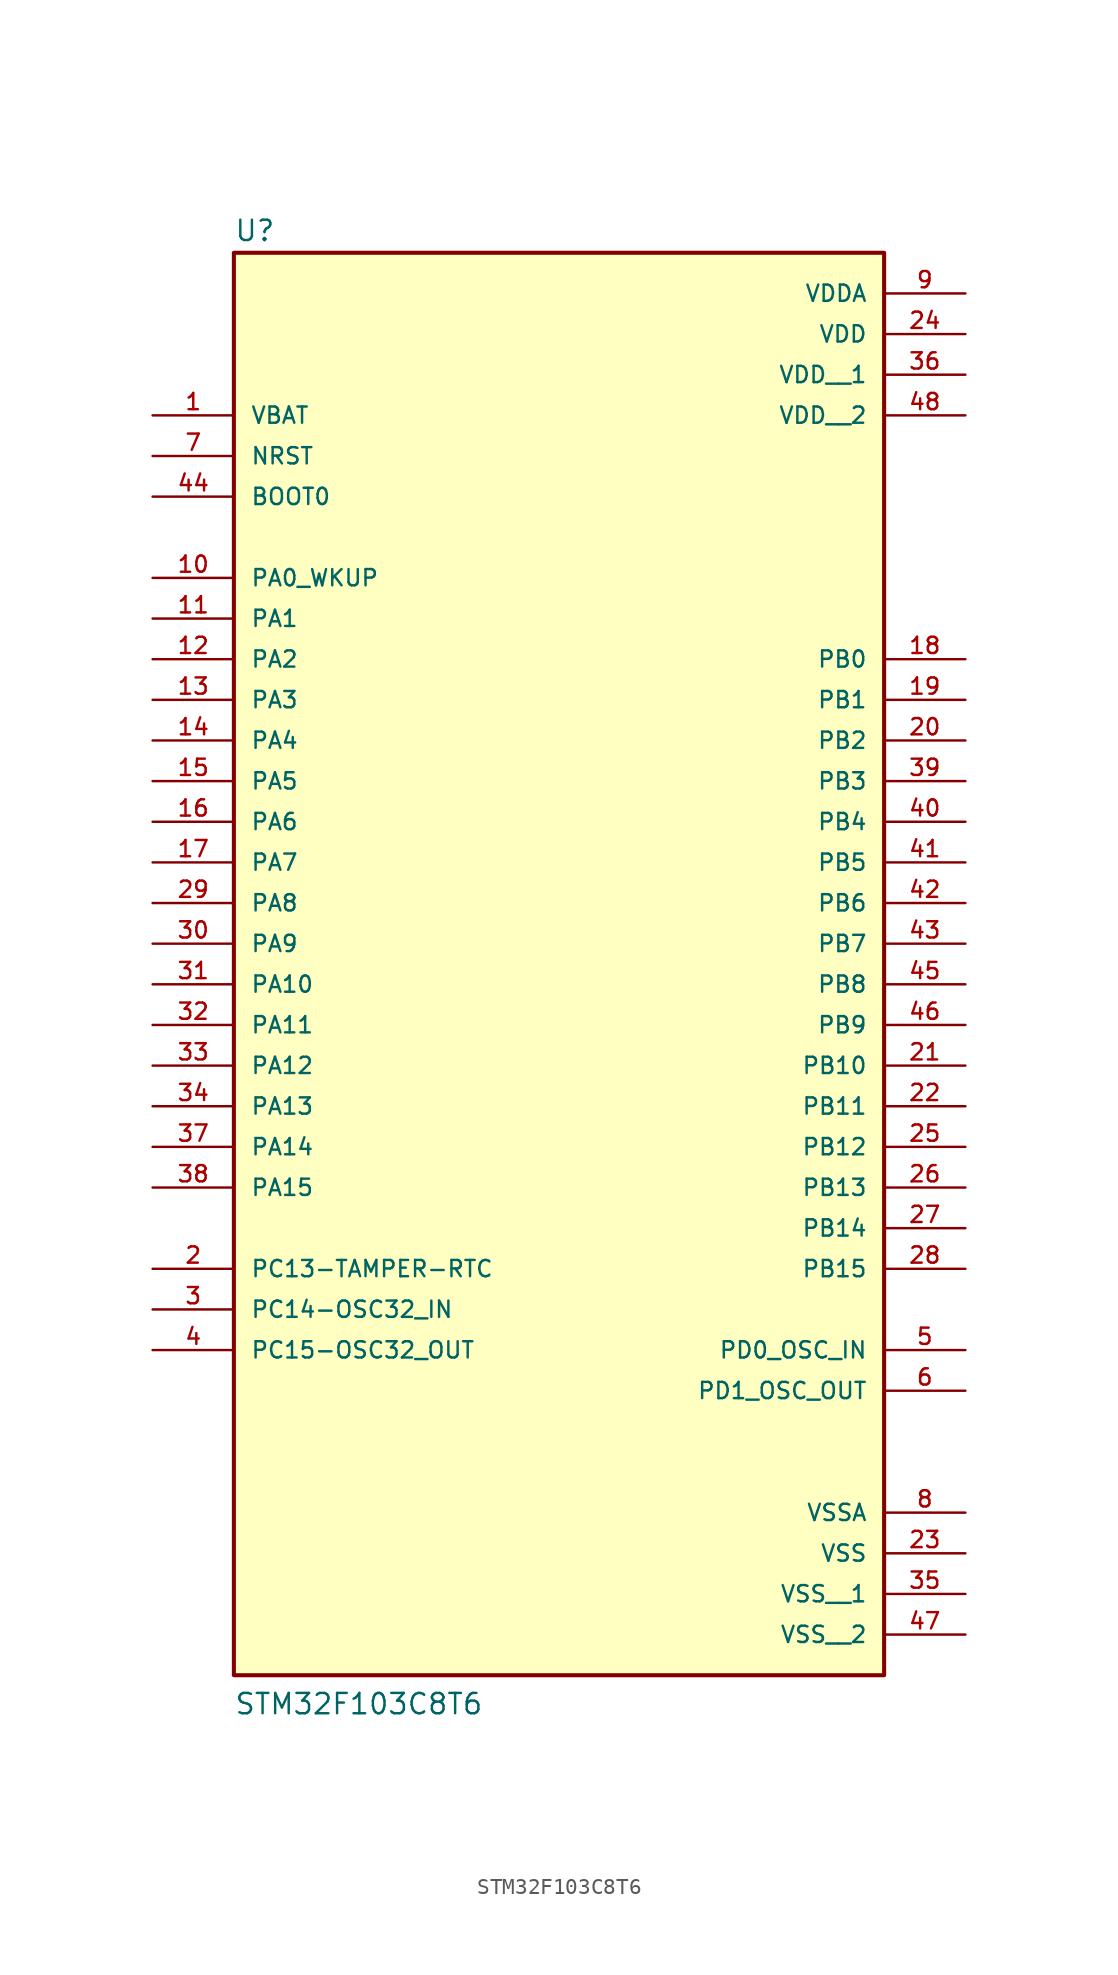
<source format=kicad_sym>
(kicad_symbol_lib
  (version 20211014)
  (generator kicad_symbol_editor)
  (symbol "STM32F103C8T6"
    (pin_names
      (offset 1.016))
    (property "Reference" "U"
      (at -20.32 41.275 0)
      (effects (font (size 1.27 1.27)) (justify bottom left)))
    (property "Value" "STM32F103C8T6"
      (at -20.32 -50.8 0)
      (effects (font (size 1.27 1.27)) (justify bottom left)))
    (symbol "STM32F103C8T6_0_0"
      (rectangle (start -20.32 -48.26) (end 20.32 40.64) (stroke (width 0.254)) (fill (type background)))
      (pin bidirectional line (at -25.4 30.48 0) (length 5.08) (name "VBAT" (effects (font (size 1.016 1.016)))) (number "1" (effects (font (size 1.016 1.016)))))
      (pin bidirectional line (at -25.4 -22.86 0) (length 5.08) (name "PC13-TAMPER-RTC" (effects (font (size 1.016 1.016)))) (number "2" (effects (font (size 1.016 1.016)))))
      (pin bidirectional line (at -25.4 -25.4 0) (length 5.08) (name "PC14-OSC32_IN" (effects (font (size 1.016 1.016)))) (number "3" (effects (font (size 1.016 1.016)))))
      (pin bidirectional line (at -25.4 -27.94 0) (length 5.08) (name "PC15-OSC32_OUT" (effects (font (size 1.016 1.016)))) (number "4" (effects (font (size 1.016 1.016)))))
      (pin bidirectional line (at 25.4 -27.94 180.0) (length 5.08) (name "PD0_OSC_IN" (effects (font (size 1.016 1.016)))) (number "5" (effects (font (size 1.016 1.016)))))
      (pin bidirectional line (at 25.4 -30.48 180.0) (length 5.08) (name "PD1_OSC_OUT" (effects (font (size 1.016 1.016)))) (number "6" (effects (font (size 1.016 1.016)))))
      (pin input line (at -25.4 27.94 0) (length 5.08) (name "NRST" (effects (font (size 1.016 1.016)))) (number "7" (effects (font (size 1.016 1.016)))))
      (pin power_in line (at 25.4 -38.1 180.0) (length 5.08) (name "VSSA" (effects (font (size 1.016 1.016)))) (number "8" (effects (font (size 1.016 1.016)))))
      (pin power_in line (at 25.4 38.1 180.0) (length 5.08) (name "VDDA" (effects (font (size 1.016 1.016)))) (number "9" (effects (font (size 1.016 1.016)))))
      (pin bidirectional line (at -25.4 20.32 0) (length 5.08) (name "PA0_WKUP" (effects (font (size 1.016 1.016)))) (number "10" (effects (font (size 1.016 1.016)))))
      (pin bidirectional line (at -25.4 17.78 0) (length 5.08) (name "PA1" (effects (font (size 1.016 1.016)))) (number "11" (effects (font (size 1.016 1.016)))))
      (pin bidirectional line (at -25.4 15.24 0) (length 5.08) (name "PA2" (effects (font (size 1.016 1.016)))) (number "12" (effects (font (size 1.016 1.016)))))
      (pin bidirectional line (at -25.4 12.7 0) (length 5.08) (name "PA3" (effects (font (size 1.016 1.016)))) (number "13" (effects (font (size 1.016 1.016)))))
      (pin bidirectional line (at -25.4 10.16 0) (length 5.08) (name "PA4" (effects (font (size 1.016 1.016)))) (number "14" (effects (font (size 1.016 1.016)))))
      (pin bidirectional line (at -25.4 7.62 0) (length 5.08) (name "PA5" (effects (font (size 1.016 1.016)))) (number "15" (effects (font (size 1.016 1.016)))))
      (pin bidirectional line (at -25.4 5.08 0) (length 5.08) (name "PA6" (effects (font (size 1.016 1.016)))) (number "16" (effects (font (size 1.016 1.016)))))
      (pin bidirectional line (at -25.4 2.54 0) (length 5.08) (name "PA7" (effects (font (size 1.016 1.016)))) (number "17" (effects (font (size 1.016 1.016)))))
      (pin bidirectional line (at 25.4 15.24 180.0) (length 5.08) (name "PB0" (effects (font (size 1.016 1.016)))) (number "18" (effects (font (size 1.016 1.016)))))
      (pin bidirectional line (at 25.4 12.7 180.0) (length 5.08) (name "PB1" (effects (font (size 1.016 1.016)))) (number "19" (effects (font (size 1.016 1.016)))))
      (pin bidirectional line (at 25.4 10.16 180.0) (length 5.08) (name "PB2" (effects (font (size 1.016 1.016)))) (number "20" (effects (font (size 1.016 1.016)))))
      (pin bidirectional line (at 25.4 -10.16 180.0) (length 5.08) (name "PB10" (effects (font (size 1.016 1.016)))) (number "21" (effects (font (size 1.016 1.016)))))
      (pin bidirectional line (at 25.4 -12.7 180.0) (length 5.08) (name "PB11" (effects (font (size 1.016 1.016)))) (number "22" (effects (font (size 1.016 1.016)))))
      (pin power_in line (at 25.4 -40.64 180.0) (length 5.08) (name "VSS" (effects (font (size 1.016 1.016)))) (number "23" (effects (font (size 1.016 1.016)))))
      (pin power_in line (at 25.4 35.56 180.0) (length 5.08) (name "VDD" (effects (font (size 1.016 1.016)))) (number "24" (effects (font (size 1.016 1.016)))))
      (pin bidirectional line (at 25.4 -15.24 180.0) (length 5.08) (name "PB12" (effects (font (size 1.016 1.016)))) (number "25" (effects (font (size 1.016 1.016)))))
      (pin bidirectional line (at 25.4 -17.78 180.0) (length 5.08) (name "PB13" (effects (font (size 1.016 1.016)))) (number "26" (effects (font (size 1.016 1.016)))))
      (pin bidirectional line (at 25.4 -20.32 180.0) (length 5.08) (name "PB14" (effects (font (size 1.016 1.016)))) (number "27" (effects (font (size 1.016 1.016)))))
      (pin bidirectional line (at 25.4 -22.86 180.0) (length 5.08) (name "PB15" (effects (font (size 1.016 1.016)))) (number "28" (effects (font (size 1.016 1.016)))))
      (pin bidirectional line (at -25.4 0.0 0) (length 5.08) (name "PA8" (effects (font (size 1.016 1.016)))) (number "29" (effects (font (size 1.016 1.016)))))
      (pin bidirectional line (at -25.4 -2.54 0) (length 5.08) (name "PA9" (effects (font (size 1.016 1.016)))) (number "30" (effects (font (size 1.016 1.016)))))
      (pin bidirectional line (at -25.4 -5.08 0) (length 5.08) (name "PA10" (effects (font (size 1.016 1.016)))) (number "31" (effects (font (size 1.016 1.016)))))
      (pin bidirectional line (at -25.4 -7.62 0) (length 5.08) (name "PA11" (effects (font (size 1.016 1.016)))) (number "32" (effects (font (size 1.016 1.016)))))
      (pin bidirectional line (at -25.4 -10.16 0) (length 5.08) (name "PA12" (effects (font (size 1.016 1.016)))) (number "33" (effects (font (size 1.016 1.016)))))
      (pin bidirectional line (at -25.4 -12.7 0) (length 5.08) (name "PA13" (effects (font (size 1.016 1.016)))) (number "34" (effects (font (size 1.016 1.016)))))
      (pin bidirectional line (at -25.4 -15.24 0) (length 5.08) (name "PA14" (effects (font (size 1.016 1.016)))) (number "37" (effects (font (size 1.016 1.016)))))
      (pin bidirectional line (at -25.4 -17.78 0) (length 5.08) (name "PA15" (effects (font (size 1.016 1.016)))) (number "38" (effects (font (size 1.016 1.016)))))
      (pin bidirectional line (at 25.4 7.62 180.0) (length 5.08) (name "PB3" (effects (font (size 1.016 1.016)))) (number "39" (effects (font (size 1.016 1.016)))))
      (pin bidirectional line (at 25.4 5.08 180.0) (length 5.08) (name "PB4" (effects (font (size 1.016 1.016)))) (number "40" (effects (font (size 1.016 1.016)))))
      (pin bidirectional line (at 25.4 2.54 180.0) (length 5.08) (name "PB5" (effects (font (size 1.016 1.016)))) (number "41" (effects (font (size 1.016 1.016)))))
      (pin bidirectional line (at 25.4 0.0 180.0) (length 5.08) (name "PB6" (effects (font (size 1.016 1.016)))) (number "42" (effects (font (size 1.016 1.016)))))
      (pin bidirectional line (at 25.4 -2.54 180.0) (length 5.08) (name "PB7" (effects (font (size 1.016 1.016)))) (number "43" (effects (font (size 1.016 1.016)))))
      (pin input line (at -25.4 25.4 0) (length 5.08) (name "BOOT0" (effects (font (size 1.016 1.016)))) (number "44" (effects (font (size 1.016 1.016)))))
      (pin bidirectional line (at 25.4 -5.08 180.0) (length 5.08) (name "PB8" (effects (font (size 1.016 1.016)))) (number "45" (effects (font (size 1.016 1.016)))))
      (pin bidirectional line (at 25.4 -7.62 180.0) (length 5.08) (name "PB9" (effects (font (size 1.016 1.016)))) (number "46" (effects (font (size 1.016 1.016)))))
      (pin power_in line (at 25.4 33.02 180.0) (length 5.08) (name "VDD__1" (effects (font (size 1.016 1.016)))) (number "36" (effects (font (size 1.016 1.016)))))
      (pin power_in line (at 25.4 30.48 180.0) (length 5.08) (name "VDD__2" (effects (font (size 1.016 1.016)))) (number "48" (effects (font (size 1.016 1.016)))))
      (pin power_in line (at 25.4 -43.18 180.0) (length 5.08) (name "VSS__1" (effects (font (size 1.016 1.016)))) (number "35" (effects (font (size 1.016 1.016)))))
      (pin power_in line (at 25.4 -45.72 180.0) (length 5.08) (name "VSS__2" (effects (font (size 1.016 1.016)))) (number "47" (effects (font (size 1.016 1.016))))))))
</source>
